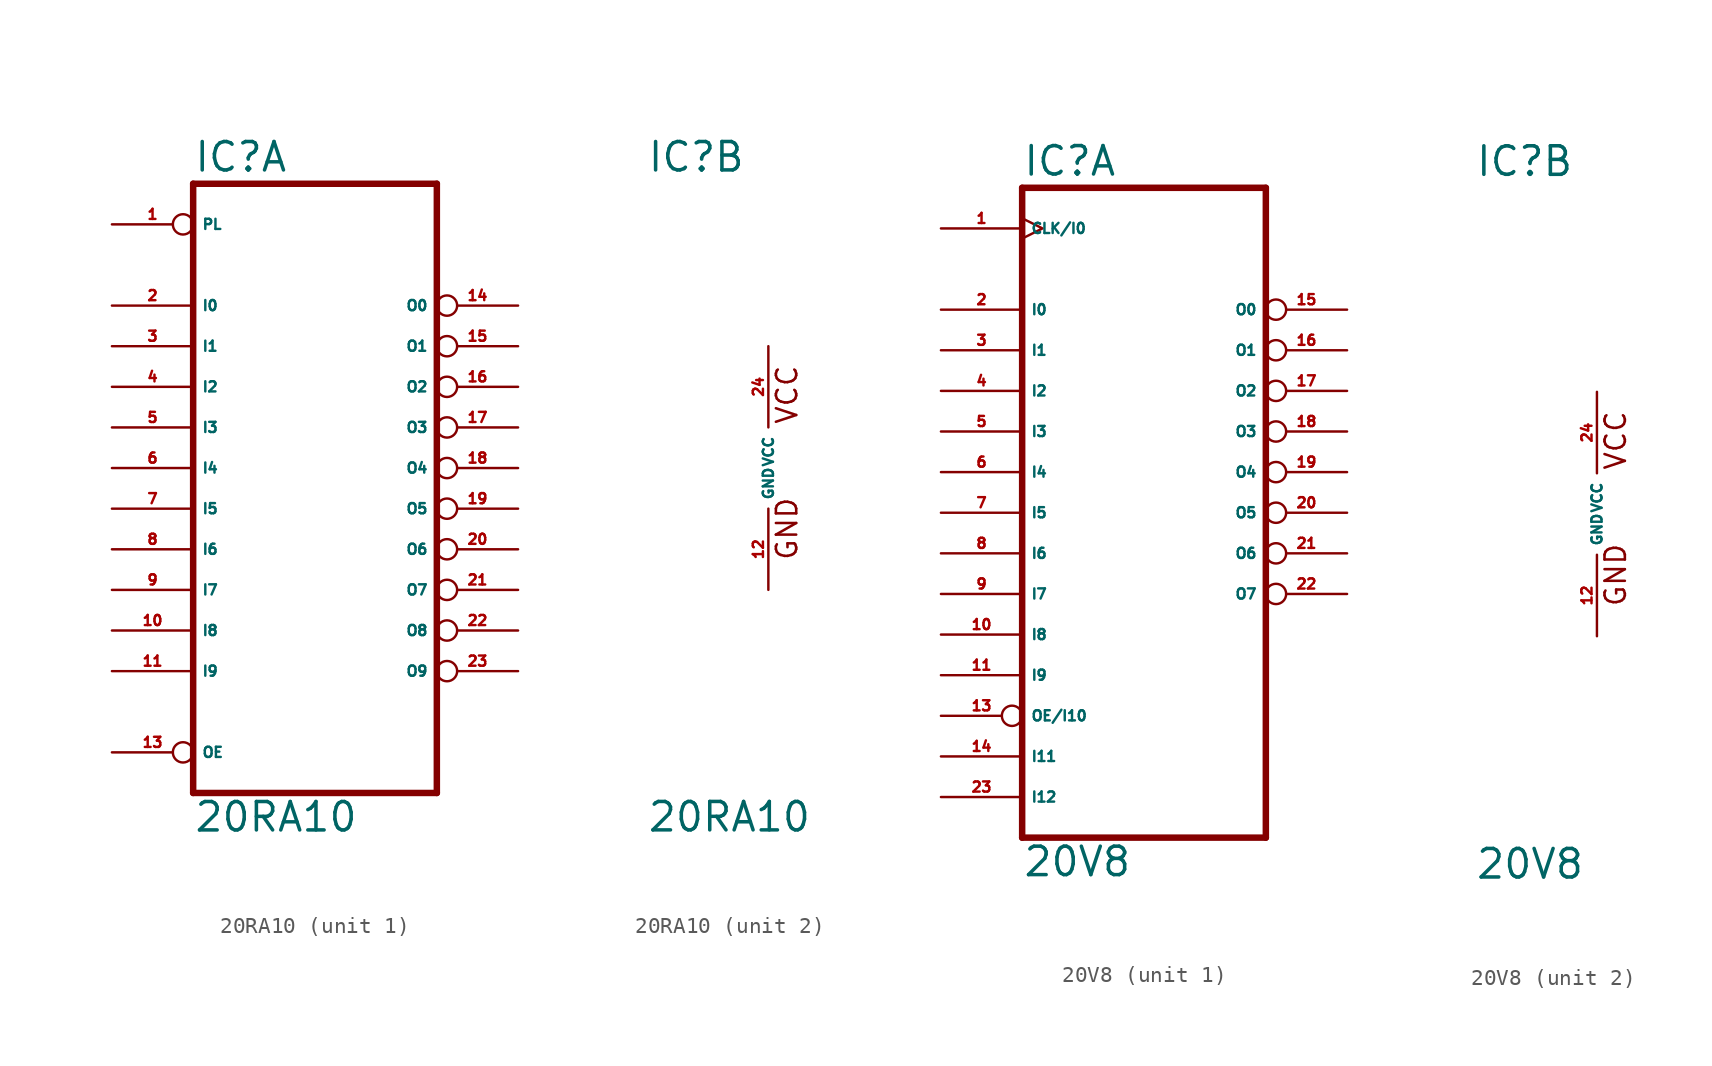
<source format=kicad_sym>
(kicad_symbol_lib
  (version 20220914)
  (generator Eagle2Kicad)
  (symbol "20RA10"
    (property "Reference" "IC"
      (at -7.62 18.415 0)
      (effects (font (size 1.778 1.778) (thickness 0.22)) (justify left bottom)))
    (property "Value" "20RA10"
      (at -7.62 -22.86 0)
      (effects (font (size 1.778 1.778) (thickness 0.22)) (justify left bottom)))
    (symbol "20RA10_1_0"
      (polyline (pts (xy -7.62 17.78) (xy 7.62 17.78)) (stroke (width 0.406) (type default)) (fill (type none)))
      (polyline (pts (xy 7.62 -20.32) (xy 7.62 17.78)) (stroke (width 0.406) (type default)) (fill (type none)))
      (polyline (pts (xy 7.62 -20.32) (xy -7.62 -20.32)) (stroke (width 0.406) (type default)) (fill (type none)))
      (polyline (pts (xy -7.62 17.78) (xy -7.62 -20.32)) (stroke (width 0.406) (type default)) (fill (type none)))
      (pin input line (at -12.7 7.62 0) (length 5.08) (name "I1" (effects (font (size 0.635 0.635) (thickness 0.08)) (justify left bottom))) (number "3" (effects (font (size 0.635 0.635) (thickness 0.08)) (justify left bottom))))
      (pin input line (at -12.7 5.08 0) (length 5.08) (name "I2" (effects (font (size 0.635 0.635) (thickness 0.08)) (justify left bottom))) (number "4" (effects (font (size 0.635 0.635) (thickness 0.08)) (justify left bottom))))
      (pin input line (at -12.7 2.54 0) (length 5.08) (name "I3" (effects (font (size 0.635 0.635) (thickness 0.08)) (justify left bottom))) (number "5" (effects (font (size 0.635 0.635) (thickness 0.08)) (justify left bottom))))
      (pin input line (at -12.7 0 0) (length 5.08) (name "I4" (effects (font (size 0.635 0.635) (thickness 0.08)) (justify left bottom))) (number "6" (effects (font (size 0.635 0.635) (thickness 0.08)) (justify left bottom))))
      (pin input line (at -12.7 -2.54 0) (length 5.08) (name "I5" (effects (font (size 0.635 0.635) (thickness 0.08)) (justify left bottom))) (number "7" (effects (font (size 0.635 0.635) (thickness 0.08)) (justify left bottom))))
      (pin input line (at -12.7 -5.08 0) (length 5.08) (name "I6" (effects (font (size 0.635 0.635) (thickness 0.08)) (justify left bottom))) (number "8" (effects (font (size 0.635 0.635) (thickness 0.08)) (justify left bottom))))
      (pin input line (at -12.7 -7.62 0) (length 5.08) (name "I7" (effects (font (size 0.635 0.635) (thickness 0.08)) (justify left bottom))) (number "9" (effects (font (size 0.635 0.635) (thickness 0.08)) (justify left bottom))))
      (pin input line (at -12.7 -10.16 0) (length 5.08) (name "I8" (effects (font (size 0.635 0.635) (thickness 0.08)) (justify left bottom))) (number "10" (effects (font (size 0.635 0.635) (thickness 0.08)) (justify left bottom))))
      (pin input line (at -12.7 -12.7 0) (length 5.08) (name "I9" (effects (font (size 0.635 0.635) (thickness 0.08)) (justify left bottom))) (number "11" (effects (font (size 0.635 0.635) (thickness 0.08)) (justify left bottom))))
      (pin bidirectional inverted (at 12.7 7.62 180) (length 5.08) (name "O1" (effects (font (size 0.635 0.635) (thickness 0.08)) (justify left bottom))) (number "15" (effects (font (size 0.635 0.635) (thickness 0.08)) (justify left bottom))))
      (pin bidirectional inverted (at 12.7 5.08 180) (length 5.08) (name "O2" (effects (font (size 0.635 0.635) (thickness 0.08)) (justify left bottom))) (number "16" (effects (font (size 0.635 0.635) (thickness 0.08)) (justify left bottom))))
      (pin bidirectional inverted (at 12.7 2.54 180) (length 5.08) (name "O3" (effects (font (size 0.635 0.635) (thickness 0.08)) (justify left bottom))) (number "17" (effects (font (size 0.635 0.635) (thickness 0.08)) (justify left bottom))))
      (pin bidirectional inverted (at 12.7 0 180) (length 5.08) (name "O4" (effects (font (size 0.635 0.635) (thickness 0.08)) (justify left bottom))) (number "18" (effects (font (size 0.635 0.635) (thickness 0.08)) (justify left bottom))))
      (pin bidirectional inverted (at 12.7 -2.54 180) (length 5.08) (name "O5" (effects (font (size 0.635 0.635) (thickness 0.08)) (justify left bottom))) (number "19" (effects (font (size 0.635 0.635) (thickness 0.08)) (justify left bottom))))
      (pin bidirectional inverted (at 12.7 -5.08 180) (length 5.08) (name "O6" (effects (font (size 0.635 0.635) (thickness 0.08)) (justify left bottom))) (number "20" (effects (font (size 0.635 0.635) (thickness 0.08)) (justify left bottom))))
      (pin bidirectional inverted (at 12.7 -7.62 180) (length 5.08) (name "O7" (effects (font (size 0.635 0.635) (thickness 0.08)) (justify left bottom))) (number "21" (effects (font (size 0.635 0.635) (thickness 0.08)) (justify left bottom))))
      (pin input inverted (at -12.7 15.24 0) (length 5.08) (name "PL" (effects (font (size 0.635 0.635) (thickness 0.08)) (justify left bottom))) (number "1" (effects (font (size 0.635 0.635) (thickness 0.08)) (justify left bottom))))
      (pin input inverted (at -12.7 -17.78 0) (length 5.08) (name "OE" (effects (font (size 0.635 0.635) (thickness 0.08)) (justify left bottom))) (number "13" (effects (font (size 0.635 0.635) (thickness 0.08)) (justify left bottom))))
      (pin bidirectional inverted (at 12.7 -10.16 180) (length 5.08) (name "O8" (effects (font (size 0.635 0.635) (thickness 0.08)) (justify left bottom))) (number "22" (effects (font (size 0.635 0.635) (thickness 0.08)) (justify left bottom))))
      (pin bidirectional inverted (at 12.7 10.16 180) (length 5.08) (name "O0" (effects (font (size 0.635 0.635) (thickness 0.08)) (justify left bottom))) (number "14" (effects (font (size 0.635 0.635) (thickness 0.08)) (justify left bottom))))
      (pin input line (at -12.7 10.16 0) (length 5.08) (name "I0" (effects (font (size 0.635 0.635) (thickness 0.08)) (justify left bottom))) (number "2" (effects (font (size 0.635 0.635) (thickness 0.08)) (justify left bottom))))
      (pin bidirectional inverted (at 12.7 -12.7 180) (length 5.08) (name "O9" (effects (font (size 0.635 0.635) (thickness 0.08)) (justify left bottom))) (number "23" (effects (font (size 0.635 0.635) (thickness 0.08)) (justify left bottom)))))
    (symbol "20RA10_2_0"
      (text "GND" (at 1.905 -5.842 900) (effects (font (size 1.27 1.27) (thickness 0.16)) (justify left bottom)))
      (text "VCC" (at 1.905 2.667 900) (effects (font (size 1.27 1.27) (thickness 0.16)) (justify left bottom)))
      (pin unspecified line (at 0 -7.62 90) (length 5.08) (name "GND" (effects (font (size 0.635 0.635) (thickness 0.08)) (justify left bottom))) (number "12" (effects (font (size 0.635 0.635) (thickness 0.08)) (justify left bottom))))
      (pin unspecified line (at 0 7.62 270) (length 5.08) (name "VCC" (effects (font (size 0.635 0.635) (thickness 0.08)) (justify left bottom))) (number "24" (effects (font (size 0.635 0.635) (thickness 0.08)) (justify left bottom))))))
  (symbol "20V8"
    (property "Reference" "IC"
      (at -7.62 20.955 0)
      (effects (font (size 1.778 1.778) (thickness 0.22)) (justify left bottom)))
    (property "Value" "20V8"
      (at -7.62 -22.86 0)
      (effects (font (size 1.778 1.778) (thickness 0.22)) (justify left bottom)))
    (symbol "20V8_1_0"
      (polyline (pts (xy -7.62 20.32) (xy 7.62 20.32)) (stroke (width 0.406) (type default)) (fill (type none)))
      (polyline (pts (xy 7.62 -20.32) (xy 7.62 20.32)) (stroke (width 0.406) (type default)) (fill (type none)))
      (polyline (pts (xy 7.62 -20.32) (xy -7.62 -20.32)) (stroke (width 0.406) (type default)) (fill (type none)))
      (polyline (pts (xy -7.62 20.32) (xy -7.62 -20.32)) (stroke (width 0.406) (type default)) (fill (type none)))
      (pin input line (at -12.7 12.7 0) (length 5.08) (name "I0" (effects (font (size 0.635 0.635) (thickness 0.08)) (justify left bottom))) (number "2" (effects (font (size 0.635 0.635) (thickness 0.08)) (justify left bottom))))
      (pin input line (at -12.7 10.16 0) (length 5.08) (name "I1" (effects (font (size 0.635 0.635) (thickness 0.08)) (justify left bottom))) (number "3" (effects (font (size 0.635 0.635) (thickness 0.08)) (justify left bottom))))
      (pin input line (at -12.7 7.62 0) (length 5.08) (name "I2" (effects (font (size 0.635 0.635) (thickness 0.08)) (justify left bottom))) (number "4" (effects (font (size 0.635 0.635) (thickness 0.08)) (justify left bottom))))
      (pin input line (at -12.7 5.08 0) (length 5.08) (name "I3" (effects (font (size 0.635 0.635) (thickness 0.08)) (justify left bottom))) (number "5" (effects (font (size 0.635 0.635) (thickness 0.08)) (justify left bottom))))
      (pin input line (at -12.7 2.54 0) (length 5.08) (name "I4" (effects (font (size 0.635 0.635) (thickness 0.08)) (justify left bottom))) (number "6" (effects (font (size 0.635 0.635) (thickness 0.08)) (justify left bottom))))
      (pin input line (at -12.7 0 0) (length 5.08) (name "I5" (effects (font (size 0.635 0.635) (thickness 0.08)) (justify left bottom))) (number "7" (effects (font (size 0.635 0.635) (thickness 0.08)) (justify left bottom))))
      (pin input line (at -12.7 -2.54 0) (length 5.08) (name "I6" (effects (font (size 0.635 0.635) (thickness 0.08)) (justify left bottom))) (number "8" (effects (font (size 0.635 0.635) (thickness 0.08)) (justify left bottom))))
      (pin input line (at -12.7 -5.08 0) (length 5.08) (name "I7" (effects (font (size 0.635 0.635) (thickness 0.08)) (justify left bottom))) (number "9" (effects (font (size 0.635 0.635) (thickness 0.08)) (justify left bottom))))
      (pin input line (at -12.7 -7.62 0) (length 5.08) (name "I8" (effects (font (size 0.635 0.635) (thickness 0.08)) (justify left bottom))) (number "10" (effects (font (size 0.635 0.635) (thickness 0.08)) (justify left bottom))))
      (pin bidirectional inverted (at 12.7 10.16 180) (length 5.08) (name "O1" (effects (font (size 0.635 0.635) (thickness 0.08)) (justify left bottom))) (number "16" (effects (font (size 0.635 0.635) (thickness 0.08)) (justify left bottom))))
      (pin bidirectional inverted (at 12.7 7.62 180) (length 5.08) (name "O2" (effects (font (size 0.635 0.635) (thickness 0.08)) (justify left bottom))) (number "17" (effects (font (size 0.635 0.635) (thickness 0.08)) (justify left bottom))))
      (pin bidirectional inverted (at 12.7 5.08 180) (length 5.08) (name "O3" (effects (font (size 0.635 0.635) (thickness 0.08)) (justify left bottom))) (number "18" (effects (font (size 0.635 0.635) (thickness 0.08)) (justify left bottom))))
      (pin bidirectional inverted (at 12.7 2.54 180) (length 5.08) (name "O4" (effects (font (size 0.635 0.635) (thickness 0.08)) (justify left bottom))) (number "19" (effects (font (size 0.635 0.635) (thickness 0.08)) (justify left bottom))))
      (pin bidirectional inverted (at 12.7 0 180) (length 5.08) (name "O5" (effects (font (size 0.635 0.635) (thickness 0.08)) (justify left bottom))) (number "20" (effects (font (size 0.635 0.635) (thickness 0.08)) (justify left bottom))))
      (pin bidirectional inverted (at 12.7 -2.54 180) (length 5.08) (name "O6" (effects (font (size 0.635 0.635) (thickness 0.08)) (justify left bottom))) (number "21" (effects (font (size 0.635 0.635) (thickness 0.08)) (justify left bottom))))
      (pin bidirectional inverted (at 12.7 -5.08 180) (length 5.08) (name "O7" (effects (font (size 0.635 0.635) (thickness 0.08)) (justify left bottom))) (number "22" (effects (font (size 0.635 0.635) (thickness 0.08)) (justify left bottom))))
      (pin input line (at -12.7 -10.16 0) (length 5.08) (name "I9" (effects (font (size 0.635 0.635) (thickness 0.08)) (justify left bottom))) (number "11" (effects (font (size 0.635 0.635) (thickness 0.08)) (justify left bottom))))
      (pin input line (at -12.7 -15.24 0) (length 5.08) (name "I11" (effects (font (size 0.635 0.635) (thickness 0.08)) (justify left bottom))) (number "14" (effects (font (size 0.635 0.635) (thickness 0.08)) (justify left bottom))))
      (pin bidirectional inverted (at 12.7 12.7 180) (length 5.08) (name "O0" (effects (font (size 0.635 0.635) (thickness 0.08)) (justify left bottom))) (number "15" (effects (font (size 0.635 0.635) (thickness 0.08)) (justify left bottom))))
      (pin input clock (at -12.7 17.78 0) (length 5.08) (name "CLK/I0" (effects (font (size 0.635 0.635) (thickness 0.08)) (justify left bottom))) (number "1" (effects (font (size 0.635 0.635) (thickness 0.08)) (justify left bottom))))
      (pin input inverted (at -12.7 -12.7 0) (length 5.08) (name "OE/I10" (effects (font (size 0.635 0.635) (thickness 0.08)) (justify left bottom))) (number "13" (effects (font (size 0.635 0.635) (thickness 0.08)) (justify left bottom))))
      (pin input line (at -12.7 -17.78 0) (length 5.08) (name "I12" (effects (font (size 0.635 0.635) (thickness 0.08)) (justify left bottom))) (number "23" (effects (font (size 0.635 0.635) (thickness 0.08)) (justify left bottom)))))
    (symbol "20V8_2_0"
      (text "GND" (at 1.905 -5.842 900) (effects (font (size 1.27 1.27) (thickness 0.16)) (justify left bottom)))
      (text "VCC" (at 1.905 2.667 900) (effects (font (size 1.27 1.27) (thickness 0.16)) (justify left bottom)))
      (pin unspecified line (at 0 -7.62 90) (length 5.08) (name "GND" (effects (font (size 0.635 0.635) (thickness 0.08)) (justify left bottom))) (number "12" (effects (font (size 0.635 0.635) (thickness 0.08)) (justify left bottom))))
      (pin unspecified line (at 0 7.62 270) (length 5.08) (name "VCC" (effects (font (size 0.635 0.635) (thickness 0.08)) (justify left bottom))) (number "24" (effects (font (size 0.635 0.635) (thickness 0.08)) (justify left bottom)))))))
</source>
